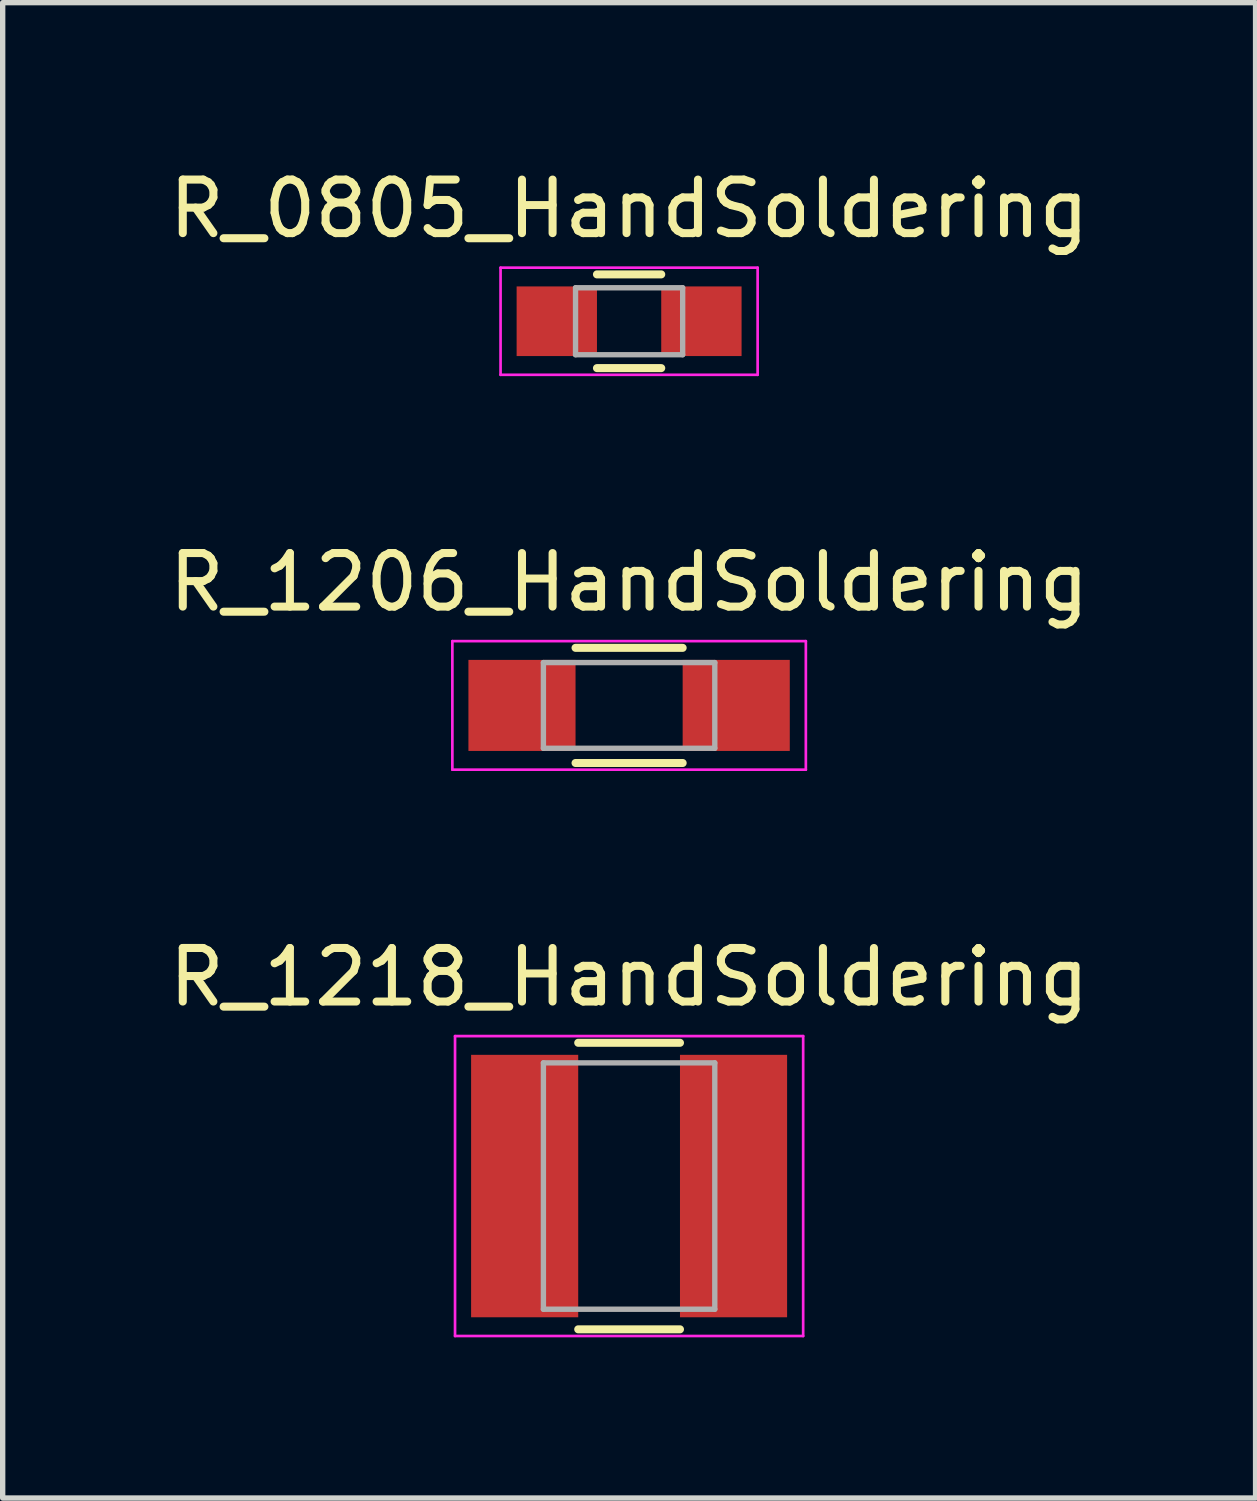
<source format=kicad_pcb>
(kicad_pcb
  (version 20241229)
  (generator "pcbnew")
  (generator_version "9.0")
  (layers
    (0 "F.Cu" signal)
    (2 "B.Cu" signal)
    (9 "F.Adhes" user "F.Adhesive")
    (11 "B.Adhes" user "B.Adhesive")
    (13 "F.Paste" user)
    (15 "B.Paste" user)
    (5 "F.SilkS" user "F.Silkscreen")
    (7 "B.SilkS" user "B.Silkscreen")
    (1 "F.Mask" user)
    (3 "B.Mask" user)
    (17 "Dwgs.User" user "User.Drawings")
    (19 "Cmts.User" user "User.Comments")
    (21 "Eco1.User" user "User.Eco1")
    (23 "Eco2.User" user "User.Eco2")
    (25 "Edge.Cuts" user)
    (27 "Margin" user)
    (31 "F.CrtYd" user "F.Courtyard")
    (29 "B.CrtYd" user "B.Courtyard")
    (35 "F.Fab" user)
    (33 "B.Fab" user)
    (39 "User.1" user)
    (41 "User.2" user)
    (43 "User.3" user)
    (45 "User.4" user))
  (footprint "R_0805_HandSoldering"
    (layer "F.Cu")
    (at 8.696 2.948)
    (property "Reference" "R_0805_HandSoldering" (at 0 -2.1 0) (layer "F.SilkS") (effects (font (size 1 1) (thickness 0.15))))
    (attr smd)
    (fp_line (start -0.6 -0.875) (end 0.6 -0.875) (stroke (width 0.15) (type solid)) (layer "F.SilkS"))
    (fp_line (start 0.6 0.875) (end -0.6 0.875) (stroke (width 0.15) (type solid)) (layer "F.SilkS"))
    (fp_line (start -2.4 -1) (end -2.4 1) (stroke (width 0.05) (type solid)) (layer "F.CrtYd"))
    (fp_line (start -2.4 -1) (end 2.4 -1) (stroke (width 0.05) (type solid)) (layer "F.CrtYd"))
    (fp_line (start -2.4 1) (end 2.4 1) (stroke (width 0.05) (type solid)) (layer "F.CrtYd"))
    (fp_line (start 2.4 -1) (end 2.4 1) (stroke (width 0.05) (type solid)) (layer "F.CrtYd"))
    (fp_line (start -1 -0.625) (end 1 -0.625) (stroke (width 0.1) (type solid)) (layer "F.Fab"))
    (fp_line (start -1 0.625) (end -1 -0.625) (stroke (width 0.1) (type solid)) (layer "F.Fab"))
    (fp_line (start 1 -0.625) (end 1 0.625) (stroke (width 0.1) (type solid)) (layer "F.Fab"))
    (fp_line (start 1 0.625) (end -1 0.625) (stroke (width 0.1) (type solid)) (layer "F.Fab"))
    (pad "1" smd rect (at -1.35 0) (size 1.5 1.3) (layers "F.Cu" "F.Mask" "F.Paste"))
    (pad "2" smd rect (at 1.35 0) (size 1.5 1.3) (layers "F.Cu" "F.Mask" "F.Paste")))
  (footprint "R_1218_HandSoldering"
    (layer "F.Cu")
    (at 8.696 19.095)
    (property "Reference" "R_1218_HandSoldering" (at 0 -3.9 0) (layer "F.SilkS") (effects (font (size 1 1) (thickness 0.15))))
    (attr smd)
    (fp_line (start -0.95 -2.675) (end 0.95 -2.675) (stroke (width 0.15) (type solid)) (layer "F.SilkS"))
    (fp_line (start 0.95 2.675) (end -0.95 2.675) (stroke (width 0.15) (type solid)) (layer "F.SilkS"))
    (fp_line (start -3.25 -2.8) (end -3.25 2.8) (stroke (width 0.05) (type solid)) (layer "F.CrtYd"))
    (fp_line (start -3.25 -2.8) (end 3.25 -2.8) (stroke (width 0.05) (type solid)) (layer "F.CrtYd"))
    (fp_line (start -3.25 2.8) (end 3.25 2.8) (stroke (width 0.05) (type solid)) (layer "F.CrtYd"))
    (fp_line (start 3.25 -2.8) (end 3.25 2.8) (stroke (width 0.05) (type solid)) (layer "F.CrtYd"))
    (fp_line (start -1.6 -2.3) (end 1.6 -2.3) (stroke (width 0.1) (type solid)) (layer "F.Fab"))
    (fp_line (start -1.6 2.3) (end -1.6 -2.3) (stroke (width 0.1) (type solid)) (layer "F.Fab"))
    (fp_line (start 1.6 -2.3) (end 1.6 2.3) (stroke (width 0.1) (type solid)) (layer "F.Fab"))
    (fp_line (start 1.6 2.3) (end -1.6 2.3) (stroke (width 0.1) (type solid)) (layer "F.Fab"))
    (pad "1" smd rect (at -1.95 0) (size 2 4.9) (layers "F.Cu" "F.Mask" "F.Paste"))
    (pad "2" smd rect (at 1.95 0) (size 2 4.9) (layers "F.Cu" "F.Mask" "F.Paste")))
  (footprint "R_1206_HandSoldering"
    (layer "F.Cu")
    (at 8.696 10.121)
    (property "Reference" "R_1206_HandSoldering" (at 0 -2.3 0) (layer "F.SilkS") (effects (font (size 1 1) (thickness 0.15))))
    (attr smd)
    (fp_line (start -1 -1.075) (end 1 -1.075) (stroke (width 0.15) (type solid)) (layer "F.SilkS"))
    (fp_line (start 1 1.075) (end -1 1.075) (stroke (width 0.15) (type solid)) (layer "F.SilkS"))
    (fp_line (start -3.3 -1.2) (end -3.3 1.2) (stroke (width 0.05) (type solid)) (layer "F.CrtYd"))
    (fp_line (start -3.3 -1.2) (end 3.3 -1.2) (stroke (width 0.05) (type solid)) (layer "F.CrtYd"))
    (fp_line (start -3.3 1.2) (end 3.3 1.2) (stroke (width 0.05) (type solid)) (layer "F.CrtYd"))
    (fp_line (start 3.3 -1.2) (end 3.3 1.2) (stroke (width 0.05) (type solid)) (layer "F.CrtYd"))
    (fp_line (start -1.6 -0.8) (end 1.6 -0.8) (stroke (width 0.1) (type solid)) (layer "F.Fab"))
    (fp_line (start -1.6 0.8) (end -1.6 -0.8) (stroke (width 0.1) (type solid)) (layer "F.Fab"))
    (fp_line (start 1.6 -0.8) (end 1.6 0.8) (stroke (width 0.1) (type solid)) (layer "F.Fab"))
    (fp_line (start 1.6 0.8) (end -1.6 0.8) (stroke (width 0.1) (type solid)) (layer "F.Fab"))
    (pad "1" smd rect (at -2 0) (size 2 1.7) (layers "F.Cu" "F.Mask" "F.Paste"))
    (pad "2" smd rect (at 2 0) (size 2 1.7) (layers "F.Cu" "F.Mask" "F.Paste")))
  (gr_rect
    (start -3 -3)
    (end 20.393 24.92)
    (stroke (width 0.1) (type default))
    (fill no)
    (layer "Edge.Cuts")))
</source>
